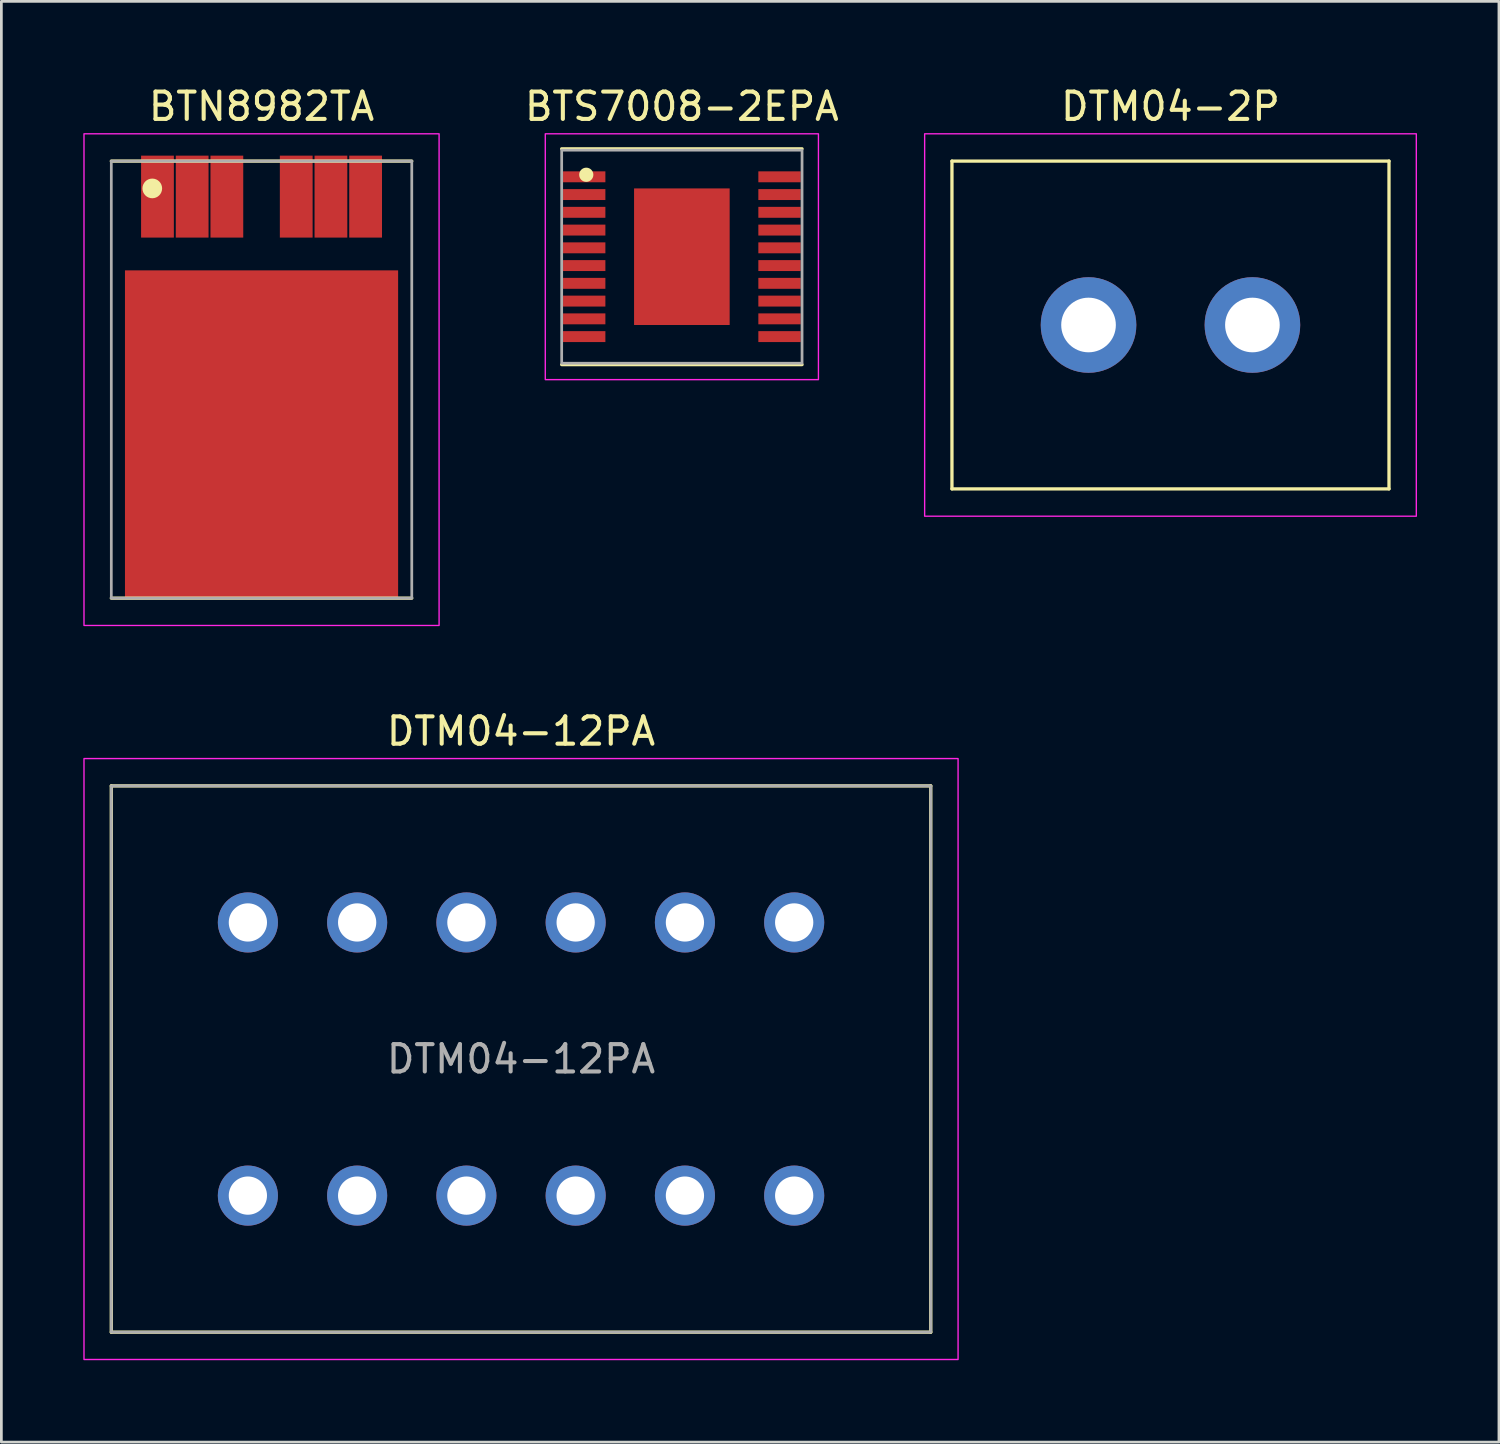
<source format=kicad_pcb>
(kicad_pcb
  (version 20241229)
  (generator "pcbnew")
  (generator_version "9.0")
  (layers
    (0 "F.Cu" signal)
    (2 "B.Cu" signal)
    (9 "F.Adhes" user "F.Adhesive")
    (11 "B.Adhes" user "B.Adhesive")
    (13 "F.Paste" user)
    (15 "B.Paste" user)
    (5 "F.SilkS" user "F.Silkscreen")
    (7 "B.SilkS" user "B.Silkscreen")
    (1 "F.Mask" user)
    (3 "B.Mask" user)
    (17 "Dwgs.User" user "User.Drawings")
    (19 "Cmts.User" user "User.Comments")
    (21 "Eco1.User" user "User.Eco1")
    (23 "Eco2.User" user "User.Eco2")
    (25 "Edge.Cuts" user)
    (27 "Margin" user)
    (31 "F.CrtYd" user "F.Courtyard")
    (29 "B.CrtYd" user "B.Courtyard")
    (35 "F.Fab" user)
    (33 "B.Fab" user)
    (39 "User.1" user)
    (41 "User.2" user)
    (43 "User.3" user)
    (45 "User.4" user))
  (footprint "BTS7008-2EPA"
    (layer "F.Cu")
    (at 21.913 6.348)
    (property "Reference" "BTS7008-2EPA" (at 0 -5.5 0) (layer "F.SilkS") (effects (font (size 1 1) (thickness 0.15))))
    (attr smd)
    (fp_line (start -4.4 -3.95) (end 4.4 -3.95) (stroke (width 0.12) (type solid)) (layer "F.SilkS"))
    (fp_line (start -4.4 3.95) (end 4.4 3.95) (stroke (width 0.12) (type solid)) (layer "F.SilkS"))
    (fp_circle (center -3.5 -3) (end -3.3 -3) (stroke (width 0.12) (type solid)) (fill yes) (layer "F.SilkS"))
    (fp_rect (start -5 -4.5) (end 5 4.5) (stroke (width 0.05) (type solid)) (fill no) (layer "F.CrtYd"))
    (fp_rect (start -4.4 -3.9) (end 4.4 3.9) (stroke (width 0.1) (type solid)) (fill no) (layer "F.Fab"))
    (pad "1" smd rect (at -3.575 -2.925) (size 1.55 0.4) (layers "F.Cu" "F.Mask" "F.Paste"))
    (pad "2" smd rect (at -3.575 -2.275) (size 1.55 0.4) (layers "F.Cu" "F.Mask" "F.Paste"))
    (pad "3" smd rect (at -3.575 -1.625) (size 1.55 0.4) (layers "F.Cu" "F.Mask" "F.Paste"))
    (pad "4" smd rect (at -3.575 -0.975) (size 1.55 0.4) (layers "F.Cu" "F.Mask" "F.Paste"))
    (pad "5" smd rect (at -3.575 -0.325) (size 1.55 0.4) (layers "F.Cu" "F.Mask" "F.Paste"))
    (pad "6" smd rect (at -3.575 0.325) (size 1.55 0.4) (layers "F.Cu" "F.Mask" "F.Paste"))
    (pad "7" smd rect (at -3.575 0.975) (size 1.55 0.4) (layers "F.Cu" "F.Mask" "F.Paste"))
    (pad "8" smd rect (at -3.575 1.625) (size 1.55 0.4) (layers "F.Cu" "F.Mask" "F.Paste"))
    (pad "9" smd rect (at -3.575 2.275) (size 1.55 0.4) (layers "F.Cu" "F.Mask" "F.Paste"))
    (pad "10" smd rect (at -3.575 2.925) (size 1.55 0.4) (layers "F.Cu" "F.Mask" "F.Paste"))
    (pad "11" smd rect (at 3.575 2.925) (size 1.55 0.4) (layers "F.Cu" "F.Mask" "F.Paste"))
    (pad "12" smd rect (at 3.575 2.275) (size 1.55 0.4) (layers "F.Cu" "F.Mask" "F.Paste"))
    (pad "13" smd rect (at 3.575 1.625) (size 1.55 0.4) (layers "F.Cu" "F.Mask" "F.Paste"))
    (pad "14" smd rect (at 3.575 0.975) (size 1.55 0.4) (layers "F.Cu" "F.Mask" "F.Paste"))
    (pad "15" smd rect (at 3.575 0.325) (size 1.55 0.4) (layers "F.Cu" "F.Mask" "F.Paste"))
    (pad "16" smd rect (at 3.575 -0.325) (size 1.55 0.4) (layers "F.Cu" "F.Mask" "F.Paste"))
    (pad "17" smd rect (at 3.575 -0.975) (size 1.55 0.4) (layers "F.Cu" "F.Mask" "F.Paste"))
    (pad "18" smd rect (at 3.575 -1.625) (size 1.55 0.4) (layers "F.Cu" "F.Mask" "F.Paste"))
    (pad "19" smd rect (at 3.575 -2.275) (size 1.55 0.4) (layers "F.Cu" "F.Mask" "F.Paste"))
    (pad "20" smd rect (at 3.575 -2.925) (size 1.55 0.4) (layers "F.Cu" "F.Mask" "F.Paste"))
    (pad "21" smd rect (at 0 0) (size 3.5 5) (layers "F.Cu" "F.Mask" "F.Paste")))
  (footprint "DTM04-2P"
    (layer "F.Cu")
    (at 39.801 8.848)
    (property "Reference" "DTM04-2P" (at 0 -8 0) (layer "F.SilkS") (effects (font (size 1 1) (thickness 0.15))))
    (attr through_hole)
    (fp_line (start -8 -6) (end 8 -6) (stroke (width 0.12) (type solid)) (layer "F.SilkS"))
    (fp_line (start -8 6) (end -8 -6) (stroke (width 0.12) (type solid)) (layer "F.SilkS"))
    (fp_line (start 8 -6) (end 8 6) (stroke (width 0.12) (type solid)) (layer "F.SilkS"))
    (fp_line (start 8 6) (end -8 6) (stroke (width 0.12) (type solid)) (layer "F.SilkS"))
    (fp_rect (start -9 -7) (end 9 7) (stroke (width 0.05) (type solid)) (fill no) (layer "F.CrtYd"))
    (pad "1" thru_hole circle (at -3 0) (size 3.5 3.5) (drill 2) (layers "*.Cu" "*.Mask"))
    (pad "2" thru_hole circle (at 3 0) (size 3.5 3.5) (drill 2) (layers "*.Cu" "*.Mask")))
  (footprint "DTM04-12PA"
    (layer "F.Cu")
    (at 16.025 35.721)
    (property "Reference" "DTM04-12PA" (at 0 -12 0) (layer "F.SilkS") (effects (font (size 1 1) (thickness 0.15))))
    (attr through_hole)
    (fp_line (start -15 -10) (end 15 -10) (stroke (width 0.12) (type solid)) (layer "F.SilkS"))
    (fp_line (start -15 10) (end -15 -10) (stroke (width 0.12) (type solid)) (layer "F.SilkS"))
    (fp_line (start 15 -10) (end 15 10) (stroke (width 0.12) (type solid)) (layer "F.SilkS"))
    (fp_line (start 15 10) (end -15 10) (stroke (width 0.12) (type solid)) (layer "F.SilkS"))
    (fp_rect (start -16 -11) (end 16 11) (stroke (width 0.05) (type solid)) (fill no) (layer "F.CrtYd"))
    (fp_rect (start -15 -10) (end 15 10) (stroke (width 0.1) (type solid)) (fill no) (layer "F.Fab"))
    (fp_text user "${REFERENCE}" (at 0 0 0) (layer "F.Fab") (effects (font (size 1 1) (thickness 0.15))))
    (pad "1" thru_hole circle (at -10 -5) (size 2.2 2.2) (drill 1.4) (layers "*.Cu" "*.Mask"))
    (pad "2" thru_hole circle (at -6 -5) (size 2.2 2.2) (drill 1.4) (layers "*.Cu" "*.Mask"))
    (pad "3" thru_hole circle (at -2 -5) (size 2.2 2.2) (drill 1.4) (layers "*.Cu" "*.Mask"))
    (pad "4" thru_hole circle (at 2 -5) (size 2.2 2.2) (drill 1.4) (layers "*.Cu" "*.Mask"))
    (pad "5" thru_hole circle (at 6 -5) (size 2.2 2.2) (drill 1.4) (layers "*.Cu" "*.Mask"))
    (pad "6" thru_hole circle (at 10 -5) (size 2.2 2.2) (drill 1.4) (layers "*.Cu" "*.Mask"))
    (pad "7" thru_hole circle (at -10 5) (size 2.2 2.2) (drill 1.4) (layers "*.Cu" "*.Mask"))
    (pad "8" thru_hole circle (at -6 5) (size 2.2 2.2) (drill 1.4) (layers "*.Cu" "*.Mask"))
    (pad "9" thru_hole circle (at -2 5) (size 2.2 2.2) (drill 1.4) (layers "*.Cu" "*.Mask"))
    (pad "10" thru_hole circle (at 2 5) (size 2.2 2.2) (drill 1.4) (layers "*.Cu" "*.Mask"))
    (pad "11" thru_hole circle (at 6 5) (size 2.2 2.2) (drill 1.4) (layers "*.Cu" "*.Mask"))
    (pad "12" thru_hole circle (at 10 5) (size 2.2 2.2) (drill 1.4) (layers "*.Cu" "*.Mask")))
  (footprint "BTN8982TA"
    (layer "F.Cu")
    (at 6.525 10.848)
    (property "Reference" "BTN8982TA" (at 0 -10 0) (layer "F.SilkS") (effects (font (size 1 1) (thickness 0.15))))
    (attr smd)
    (fp_line (start -5.5 -8) (end 5.5 -8) (stroke (width 0.12) (type solid)) (layer "F.SilkS"))
    (fp_line (start -5.5 8) (end 5.5 8) (stroke (width 0.12) (type solid)) (layer "F.SilkS"))
    (fp_circle (center -4 -7) (end -3.7 -7) (stroke (width 0.12) (type solid)) (fill yes) (layer "F.SilkS"))
    (fp_rect (start -6.5 -9) (end 6.5 9) (stroke (width 0.05) (type solid)) (fill no) (layer "F.CrtYd"))
    (fp_rect (start -5.5 -8) (end 5.5 8) (stroke (width 0.1) (type solid)) (fill no) (layer "F.Fab"))
    (pad "1" smd rect (at -3.81 -6.7) (size 1.2 3) (layers "F.Cu" "F.Mask" "F.Paste"))
    (pad "2" smd rect (at -2.54 -6.7) (size 1.2 3) (layers "F.Cu" "F.Mask" "F.Paste"))
    (pad "3" smd rect (at -1.27 -6.7) (size 1.2 3) (layers "F.Cu" "F.Mask" "F.Paste"))
    (pad "4" smd rect (at 0 2) (size 10 12) (layers "F.Cu" "F.Mask" "F.Paste"))
    (pad "5" smd rect (at 1.27 -6.7) (size 1.2 3) (layers "F.Cu" "F.Mask" "F.Paste"))
    (pad "6" smd rect (at 2.54 -6.7) (size 1.2 3) (layers "F.Cu" "F.Mask" "F.Paste"))
    (pad "7" smd rect (at 3.81 -6.7) (size 1.2 3) (layers "F.Cu" "F.Mask" "F.Paste")))
  (gr_rect
    (start -3 -3)
    (end 51.826 49.746)
    (stroke (width 0.1) (type default))
    (fill no)
    (layer "Edge.Cuts")))
</source>
